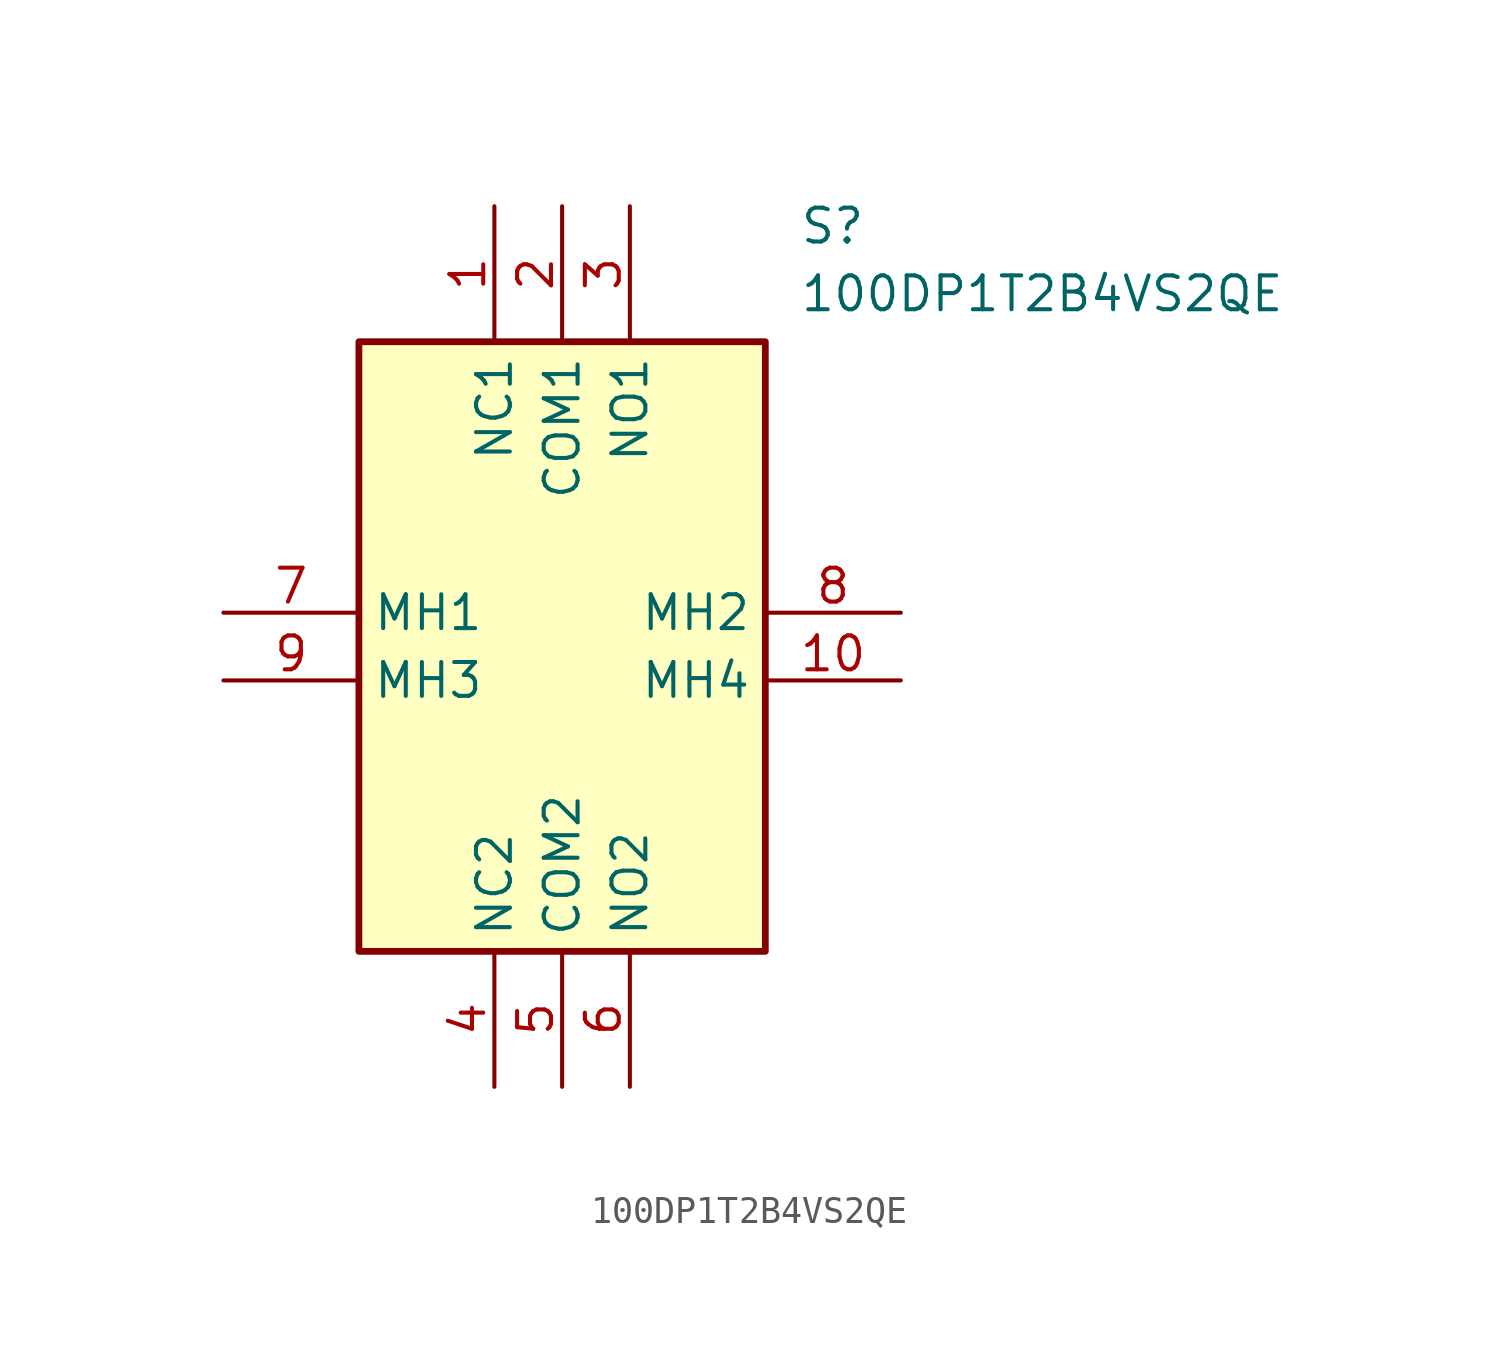
<source format=kicad_sym>
(kicad_symbol_lib
  (version 20211014)
  (generator SamacSys_ECAD_Model)
  (symbol "100DP1T2B4VS2QE"
    (property "Reference" "S"
      (at 21.59 15.24 0)
      (effects (font (size 1.27 1.27)) (justify left top)))
    (property "Value" "100DP1T2B4VS2QE"
      (at 21.59 12.7 0)
      (effects (font (size 1.27 1.27)) (justify left top)))
    (rectangle
      (start 5.08 10.16)
      (end 20.32 -12.7)
      (stroke (width 0.254) (type default))
      (fill (type background)))
    (pin passive line
      (at 10.16 15.24 270)
      (length 5.08)
      (name "NC1" (effects (font (size 1.27 1.27))))
      (number "1" (effects (font (size 1.27 1.27)))))
    (pin passive line
      (at 12.7 15.24 270)
      (length 5.08)
      (name "COM1" (effects (font (size 1.27 1.27))))
      (number "2" (effects (font (size 1.27 1.27)))))
    (pin passive line
      (at 15.24 15.24 270)
      (length 5.08)
      (name "NO1" (effects (font (size 1.27 1.27))))
      (number "3" (effects (font (size 1.27 1.27)))))
    (pin passive line
      (at 10.16 -17.78 90)
      (length 5.08)
      (name "NC2" (effects (font (size 1.27 1.27))))
      (number "4" (effects (font (size 1.27 1.27)))))
    (pin passive line
      (at 12.7 -17.78 90)
      (length 5.08)
      (name "COM2" (effects (font (size 1.27 1.27))))
      (number "5" (effects (font (size 1.27 1.27)))))
    (pin passive line
      (at 15.24 -17.78 90)
      (length 5.08)
      (name "NO2" (effects (font (size 1.27 1.27))))
      (number "6" (effects (font (size 1.27 1.27)))))
    (pin passive line
      (at 0 0 0)
      (length 5.08)
      (name "MH1" (effects (font (size 1.27 1.27))))
      (number "7" (effects (font (size 1.27 1.27)))))
    (pin passive line
      (at 25.4 0 180)
      (length 5.08)
      (name "MH2" (effects (font (size 1.27 1.27))))
      (number "8" (effects (font (size 1.27 1.27)))))
    (pin passive line
      (at 0 -2.54 0)
      (length 5.08)
      (name "MH3" (effects (font (size 1.27 1.27))))
      (number "9" (effects (font (size 1.27 1.27)))))
    (pin passive line
      (at 25.4 -2.54 180)
      (length 5.08)
      (name "MH4" (effects (font (size 1.27 1.27))))
      (number "10" (effects (font (size 1.27 1.27)))))))
</source>
